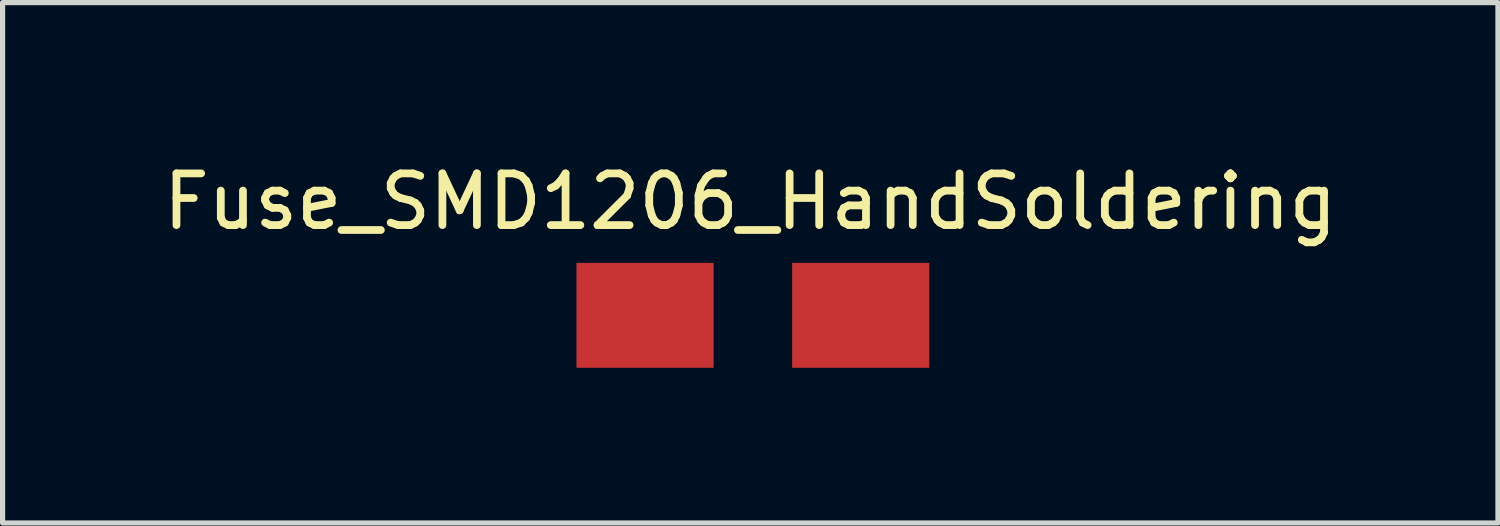
<source format=kicad_pcb>
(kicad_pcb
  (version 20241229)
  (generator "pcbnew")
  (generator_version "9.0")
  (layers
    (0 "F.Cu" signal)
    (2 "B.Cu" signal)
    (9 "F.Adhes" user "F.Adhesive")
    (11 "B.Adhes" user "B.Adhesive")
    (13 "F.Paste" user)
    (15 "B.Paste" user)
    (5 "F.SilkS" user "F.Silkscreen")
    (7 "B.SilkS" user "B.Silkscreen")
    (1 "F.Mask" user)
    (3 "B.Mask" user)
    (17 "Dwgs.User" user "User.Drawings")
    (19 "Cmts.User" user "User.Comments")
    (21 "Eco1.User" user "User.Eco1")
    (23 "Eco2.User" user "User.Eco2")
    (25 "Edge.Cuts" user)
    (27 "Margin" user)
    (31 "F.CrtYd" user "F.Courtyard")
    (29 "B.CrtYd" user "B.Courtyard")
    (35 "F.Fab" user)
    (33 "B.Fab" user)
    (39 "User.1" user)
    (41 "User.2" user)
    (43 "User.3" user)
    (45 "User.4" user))
  (footprint "Fuse_SMD1206_HandSoldering"
    (layer "F.Cu")
    (at 11.509 3.048)
    (property "Reference" "Fuse_SMD1206_HandSoldering" (at -0.051 -2.2 0) (layer "F.SilkS") (effects (font (size 1 1) (thickness 0.15))))
    (attr smd)
    (pad "1" smd rect (at -2.085 0 90) (size 2.029 2.652) (layers "F.Cu" "F.Mask" "F.Paste"))
    (pad "2" smd rect (at 2.085 0 90) (size 2.029 2.652) (layers "F.Cu" "F.Mask" "F.Paste")))
  (gr_rect
    (start -3 -3)
    (end 25.917 7.063)
    (stroke (width 0.1) (type default))
    (fill no)
    (layer "Edge.Cuts")))
</source>
